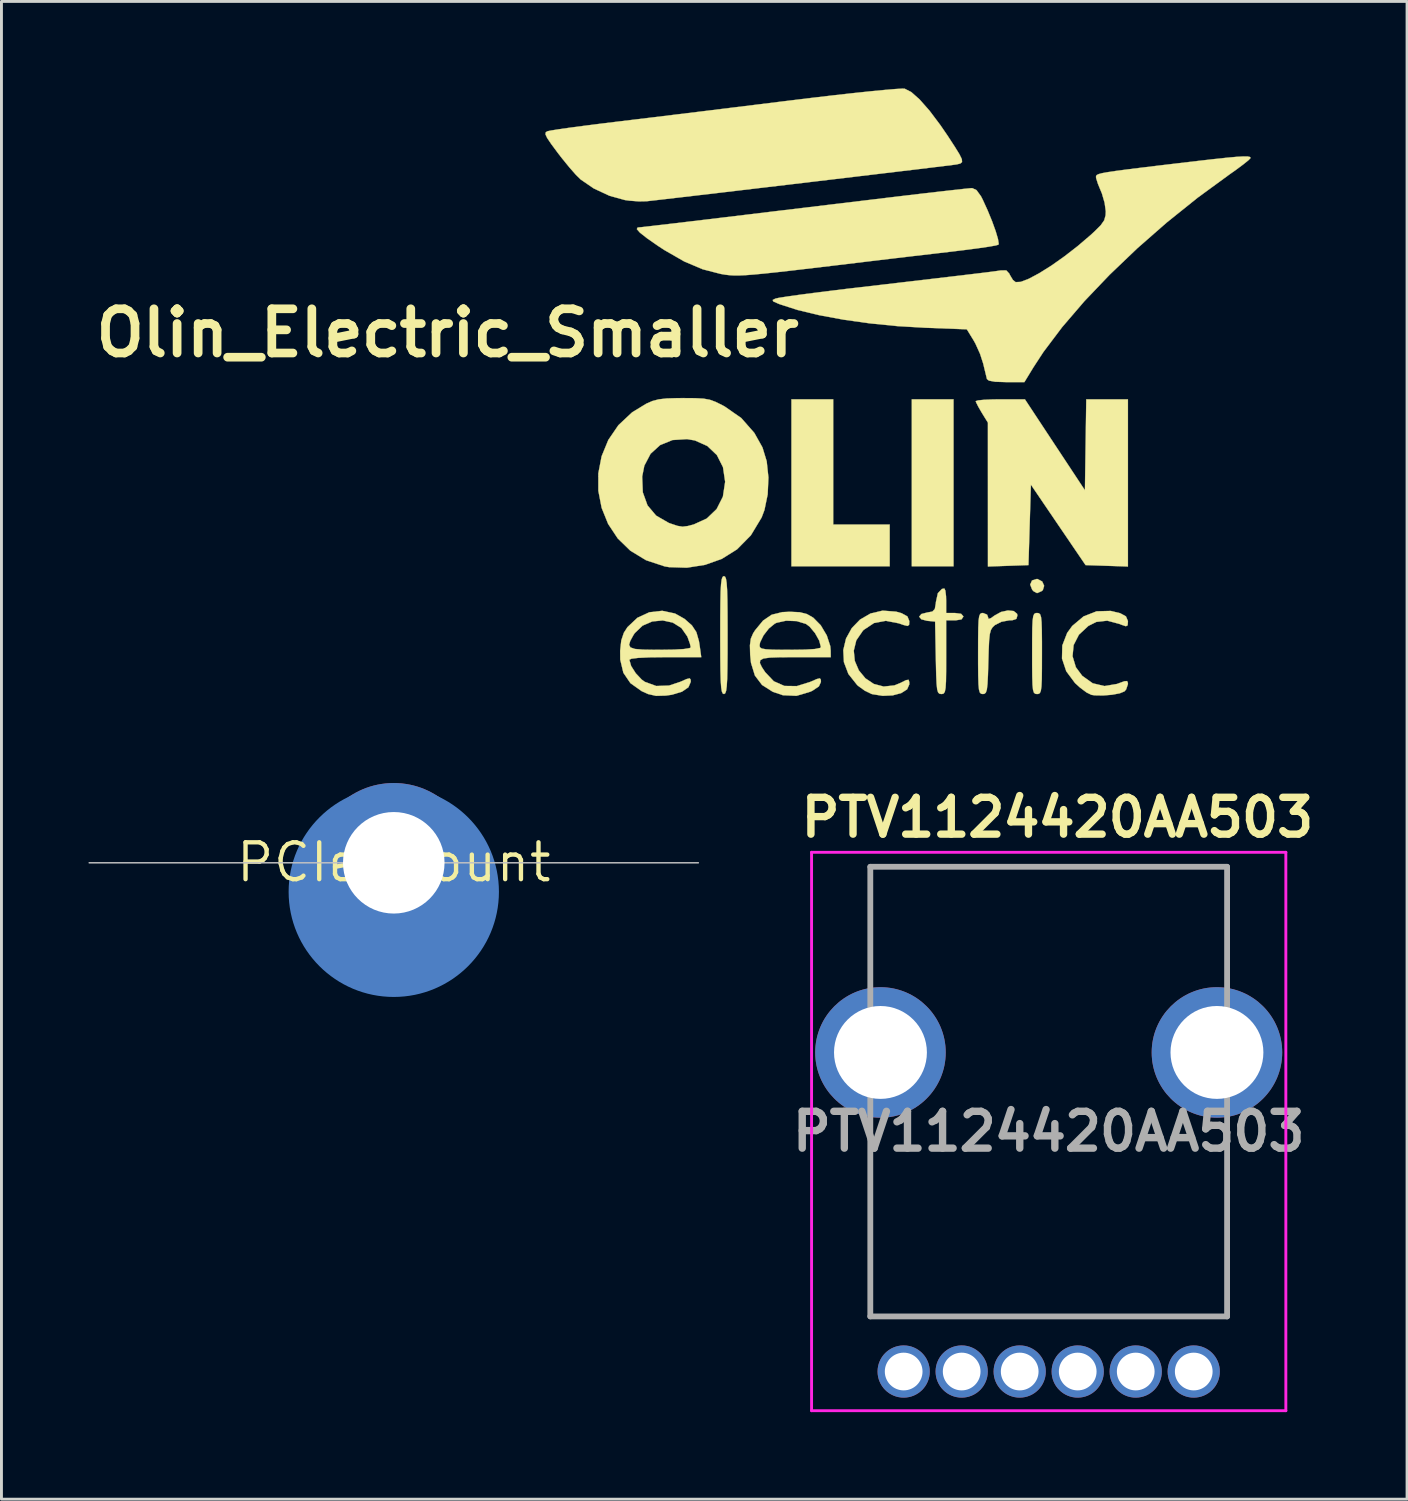
<source format=kicad_pcb>
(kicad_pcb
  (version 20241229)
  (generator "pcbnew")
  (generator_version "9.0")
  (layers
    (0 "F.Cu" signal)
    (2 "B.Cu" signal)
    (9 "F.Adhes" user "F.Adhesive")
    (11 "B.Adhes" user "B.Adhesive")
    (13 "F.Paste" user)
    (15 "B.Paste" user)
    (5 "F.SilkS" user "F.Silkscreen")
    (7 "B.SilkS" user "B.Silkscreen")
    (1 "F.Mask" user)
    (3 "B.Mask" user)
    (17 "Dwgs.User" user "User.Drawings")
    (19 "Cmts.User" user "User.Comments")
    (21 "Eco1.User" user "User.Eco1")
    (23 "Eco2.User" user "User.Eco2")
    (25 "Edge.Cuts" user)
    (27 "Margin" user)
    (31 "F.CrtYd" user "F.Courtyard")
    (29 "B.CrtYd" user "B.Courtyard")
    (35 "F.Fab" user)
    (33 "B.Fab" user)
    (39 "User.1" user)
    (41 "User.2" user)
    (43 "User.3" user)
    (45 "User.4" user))
  (footprint "PTV1124420AA503"
    (layer "F.Cu")
    (at 30.103 44.232)
    (property "Reference" "PTV1124420AA503" (at 3.3 -19.1 0) (layer "F.SilkS") (effects (font (size 1.27 1.27) (thickness 0.254))))
    (attr through_hole)
    (fp_line (start -3.15 -17.4) (end 9.15 -17.4) (stroke (width 0.1) (type solid)) (layer "F.SilkS"))
    (fp_line (start -3.15 -13.4) (end -3.15 -17.4) (stroke (width 0.1) (type solid)) (layer "F.SilkS"))
    (fp_line (start -3.15 -8.4) (end -3.15 -1.9) (stroke (width 0.1) (type solid)) (layer "F.SilkS"))
    (fp_line (start -3.15 -1.9) (end 9.15 -1.9) (stroke (width 0.1) (type solid)) (layer "F.SilkS"))
    (fp_line (start 9.15 -17.4) (end 9.15 -13.4) (stroke (width 0.1) (type solid)) (layer "F.SilkS"))
    (fp_line (start 9.15 -1.9) (end 9.15 -8.4) (stroke (width 0.1) (type solid)) (layer "F.SilkS"))
    (fp_line (start -5.175 -17.9) (end 11.175 -17.9) (stroke (width 0.1) (type solid)) (layer "F.CrtYd"))
    (fp_line (start -5.175 1.35) (end -5.175 -17.9) (stroke (width 0.1) (type solid)) (layer "F.CrtYd"))
    (fp_line (start 11.175 -17.9) (end 11.175 1.35) (stroke (width 0.1) (type solid)) (layer "F.CrtYd"))
    (fp_line (start 11.175 1.35) (end -5.175 1.35) (stroke (width 0.1) (type solid)) (layer "F.CrtYd"))
    (fp_line (start -3.15 -17.4) (end 9.15 -17.4) (stroke (width 0.2) (type solid)) (layer "F.Fab"))
    (fp_line (start -3.15 -1.9) (end -3.15 -17.4) (stroke (width 0.2) (type solid)) (layer "F.Fab"))
    (fp_line (start 9.15 -17.4) (end 9.15 -1.9) (stroke (width 0.2) (type solid)) (layer "F.Fab"))
    (fp_line (start 9.15 -1.9) (end -3.15 -1.9) (stroke (width 0.2) (type solid)) (layer "F.Fab"))
    (fp_text user "${REFERENCE}" (at 3 -8.275 0) (layer "F.Fab") (effects (font (size 1.27 1.27) (thickness 0.254))))
    (pad "A1" thru_hole circle (at 0 0) (size 1.8 1.8) (drill 1.3) (layers "*.Cu" "*.Mask"))
    (pad "A2" thru_hole circle (at -2 0) (size 1.8 1.8) (drill 1.3) (layers "*.Cu" "*.Mask"))
    (pad "A3" thru_hole circle (at 8 0) (size 1.8 1.8) (drill 1.3) (layers "*.Cu" "*.Mask"))
    (pad "B1" thru_hole circle (at 2 0) (size 1.8 1.8) (drill 1.3) (layers "*.Cu" "*.Mask"))
    (pad "B2" thru_hole circle (at 4 0) (size 1.8 1.8) (drill 1.3) (layers "*.Cu" "*.Mask"))
    (pad "B3" thru_hole circle (at 6 0) (size 1.8 1.8) (drill 1.3) (layers "*.Cu" "*.Mask"))
    (pad "MH1" thru_hole circle (at -2.8 -11) (size 4.5 4.5) (drill 3.202) (layers "*.Cu" "*.Mask"))
    (pad "MH2" thru_hole circle (at 8.8 -11) (size 4.5 4.5) (drill 3.202) (layers "*.Cu" "*.Mask")))
  (footprint "PCIe_Mount"
    (layer "F.Cu")
    (at 10.525 26.678)
    (property "Reference" "PCIe_Mount" (at 0 0 0) (layer "F.SilkS") (effects (font (size 1.27 1.27) (thickness 0.15))))
    (attr through_hole exclude_from_bom)
    (fp_line (start 10.5 0.016) (end -10.5 0.016) (stroke (width 0.05) (type solid)) (layer "Dwgs.User"))
    (pad "1" thru_hole circle (at 0 0.016) (size 5.5 5.5) (drill 3.5) (layers "*.Cu" "*.Mask"))
    (pad "1" smd circle (at 0 1.016) (size 7.25 7.25) (layers "B.Cu" "B.Mask")))
  (footprint "Olin_Electric_Smaller"
    (layer "F.Cu")
    (at 27.875 10.462)
    (property "Reference" "Olin_Electric_Smaller" (at -15.494 -2.032 0) (layer "F.SilkS") (effects (font (size 1.524 1.524) (thickness 0.3))))
    (attr through_hole)
    (fp_poly (pts (xy 1.947 6.011) (xy 0.508 6.011) (xy 0.508 0.254) (xy 1.947 0.254) (xy 1.947 6.011)) (stroke (width 0.01) (type solid)) (fill yes) (layer "F.SilkS"))
    (fp_poly (pts (xy -2.201 4.572) (xy -0.254 4.572) (xy -0.254 6.011) (xy -3.641 6.011) (xy -3.641 0.254) (xy -2.201 0.254) (xy -2.201 4.572)) (stroke (width 0.01) (type solid)) (fill yes) (layer "F.SilkS"))
    (fp_poly (pts (xy 4.846 6.45) (xy 5.004 6.534) (xy 5.071 6.683) (xy 5.026 6.831) (xy 4.982 6.868) (xy 4.826 6.935) (xy 4.707 6.872) (xy 4.658 6.817) (xy 4.589 6.641) (xy 4.652 6.499) (xy 4.819 6.447) (xy 4.846 6.45)) (stroke (width 0.01) (type solid)) (fill yes) (layer "F.SilkS"))
    (fp_poly (pts (xy 5.442 1.822) (xy 6.477 3.39) (xy 6.5 1.822) (xy 6.523 0.254) (xy 7.959 0.254) (xy 7.959 6.018) (xy 6.499 5.969) (xy 5.556 4.583) (xy 4.614 3.196) (xy 4.572 4.583) (xy 4.53 5.969) (xy 3.133 6.018) (xy 3.132 1.058) (xy 2.923 0.72) (xy 2.799 0.506) (xy 2.723 0.353) (xy 2.712 0.318) (xy 2.79 0.291) (xy 3.001 0.27) (xy 3.31 0.257) (xy 3.559 0.254) (xy 4.408 0.254) (xy 5.442 1.822)) (stroke (width 0.01) (type solid)) (fill yes) (layer "F.SilkS"))
    (fp_poly (pts (xy 4.888 7.628) (xy 4.933 7.667) (xy 4.964 7.761) (xy 4.982 7.936) (xy 4.991 8.213) (xy 4.995 8.618) (xy 4.995 9.017) (xy 4.994 9.533) (xy 4.99 9.903) (xy 4.978 10.152) (xy 4.957 10.303) (xy 4.923 10.381) (xy 4.874 10.41) (xy 4.826 10.414) (xy 4.764 10.406) (xy 4.719 10.367) (xy 4.688 10.273) (xy 4.67 10.098) (xy 4.661 9.821) (xy 4.657 9.416) (xy 4.657 9.017) (xy 4.658 8.501) (xy 4.662 8.131) (xy 4.674 7.882) (xy 4.695 7.731) (xy 4.729 7.653) (xy 4.778 7.624) (xy 4.826 7.62) (xy 4.888 7.628)) (stroke (width 0.01) (type solid)) (fill yes) (layer "F.SilkS"))
    (fp_poly (pts (xy -5.929 6.369) (xy -5.898 6.44) (xy -5.875 6.582) (xy -5.859 6.813) (xy -5.849 7.152) (xy -5.844 7.619) (xy -5.842 8.232) (xy -5.842 8.382) (xy -5.843 9.028) (xy -5.848 9.524) (xy -5.856 9.889) (xy -5.871 10.141) (xy -5.892 10.3) (xy -5.921 10.384) (xy -5.96 10.413) (xy -5.969 10.414) (xy -6.009 10.395) (xy -6.04 10.324) (xy -6.063 10.182) (xy -6.079 9.951) (xy -6.089 9.612) (xy -6.094 9.145) (xy -6.096 8.532) (xy -6.096 8.382) (xy -6.095 7.736) (xy -6.09 7.24) (xy -6.082 6.875) (xy -6.067 6.623) (xy -6.046 6.464) (xy -6.017 6.38) (xy -5.978 6.351) (xy -5.969 6.35) (xy -5.929 6.369)) (stroke (width 0.01) (type solid)) (fill yes) (layer "F.SilkS"))
    (fp_poly (pts (xy 1.666 6.85) (xy 1.689 7.044) (xy 1.693 7.197) (xy 1.693 7.62) (xy 1.99 7.62) (xy 2.209 7.648) (xy 2.285 7.735) (xy 2.286 7.747) (xy 2.222 7.841) (xy 2.017 7.874) (xy 1.99 7.874) (xy 1.693 7.874) (xy 1.693 9.144) (xy 1.692 9.632) (xy 1.687 9.976) (xy 1.673 10.201) (xy 1.648 10.332) (xy 1.609 10.395) (xy 1.553 10.413) (xy 1.526 10.414) (xy 1.461 10.404) (xy 1.415 10.359) (xy 1.383 10.252) (xy 1.363 10.059) (xy 1.349 9.753) (xy 1.339 9.311) (xy 1.336 9.165) (xy 1.312 7.916) (xy 1.037 7.89) (xy 0.837 7.838) (xy 0.762 7.747) (xy 0.839 7.655) (xy 1.037 7.604) (xy 1.216 7.571) (xy 1.301 7.484) (xy 1.336 7.29) (xy 1.34 7.24) (xy 1.406 6.939) (xy 1.545 6.792) (xy 1.63 6.775) (xy 1.666 6.85)) (stroke (width 0.01) (type solid)) (fill yes) (layer "F.SilkS"))
    (fp_poly (pts (xy 4.021 7.553) (xy 4.137 7.647) (xy 4.149 7.705) (xy 4.114 7.823) (xy 3.981 7.869) (xy 3.862 7.874) (xy 3.597 7.923) (xy 3.375 8.036) (xy 3.293 8.112) (xy 3.236 8.205) (xy 3.198 8.346) (xy 3.174 8.567) (xy 3.159 8.899) (xy 3.147 9.306) (xy 3.134 9.758) (xy 3.118 10.067) (xy 3.096 10.261) (xy 3.061 10.365) (xy 3.011 10.407) (xy 2.957 10.414) (xy 2.897 10.405) (xy 2.853 10.361) (xy 2.824 10.26) (xy 2.807 10.076) (xy 2.798 9.787) (xy 2.794 9.367) (xy 2.794 9.017) (xy 2.795 8.501) (xy 2.8 8.131) (xy 2.811 7.882) (xy 2.832 7.731) (xy 2.866 7.653) (xy 2.915 7.624) (xy 2.963 7.62) (xy 3.103 7.676) (xy 3.133 7.753) (xy 3.154 7.827) (xy 3.242 7.795) (xy 3.356 7.711) (xy 3.583 7.585) (xy 3.821 7.533) (xy 4.021 7.553)) (stroke (width 0.01) (type solid)) (fill yes) (layer "F.SilkS"))
    (fp_poly (pts (xy 7.692 7.628) (xy 7.891 7.737) (xy 7.958 7.895) (xy 7.959 7.92) (xy 7.949 8.046) (xy 7.889 8.077) (xy 7.734 8.025) (xy 7.665 7.997) (xy 7.246 7.885) (xy 6.87 7.928) (xy 6.595 8.066) (xy 6.27 8.368) (xy 6.087 8.726) (xy 6.05 9.111) (xy 6.164 9.49) (xy 6.384 9.787) (xy 6.746 10.044) (xy 7.15 10.139) (xy 7.58 10.067) (xy 7.626 10.05) (xy 7.835 9.974) (xy 7.931 9.967) (xy 7.958 10.031) (xy 7.959 10.072) (xy 7.897 10.256) (xy 7.841 10.322) (xy 7.678 10.389) (xy 7.41 10.439) (xy 7.101 10.464) (xy 6.815 10.459) (xy 6.7 10.442) (xy 6.534 10.361) (xy 6.31 10.194) (xy 6.135 10.035) (xy 5.833 9.629) (xy 5.686 9.189) (xy 5.697 8.74) (xy 5.865 8.306) (xy 6.039 8.067) (xy 6.431 7.737) (xy 6.88 7.562) (xy 7.366 7.549) (xy 7.692 7.628)) (stroke (width 0.01) (type solid)) (fill yes) (layer "F.SilkS"))
    (fp_poly (pts (xy -0.033 7.574) (xy 0.157 7.628) (xy 0.358 7.739) (xy 0.423 7.899) (xy 0.423 7.914) (xy 0.415 8.029) (xy 0.362 8.067) (xy 0.222 8.033) (xy 0.063 7.977) (xy -0.387 7.89) (xy -0.792 7.965) (xy -1.147 8.201) (xy -1.177 8.23) (xy -1.405 8.562) (xy -1.492 8.918) (xy -1.457 9.272) (xy -1.318 9.598) (xy -1.093 9.871) (xy -0.802 10.066) (xy -0.461 10.156) (xy -0.09 10.116) (xy 0.116 10.032) (xy 0.311 9.935) (xy 0.399 9.923) (xy 0.422 10.003) (xy 0.423 10.08) (xy 0.347 10.252) (xy 0.143 10.382) (xy -0.15 10.46) (xy -0.493 10.476) (xy -0.846 10.42) (xy -0.88 10.411) (xy -1.106 10.303) (xy -1.343 10.132) (xy -1.377 10.101) (xy -1.678 9.722) (xy -1.832 9.314) (xy -1.854 8.899) (xy -1.759 8.501) (xy -1.561 8.142) (xy -1.275 7.847) (xy -0.916 7.638) (xy -0.497 7.539) (xy -0.033 7.574)) (stroke (width 0.01) (type solid)) (fill yes) (layer "F.SilkS"))
    (fp_poly (pts (xy 2.739 -6.959) (xy 2.894 -6.745) (xy 2.953 -6.63) (xy 3.124 -6.256) (xy 3.277 -5.883) (xy 3.399 -5.545) (xy 3.479 -5.275) (xy 3.505 -5.109) (xy 3.494 -5.076) (xy 3.393 -5.048) (xy 3.151 -5.006) (xy 2.796 -4.954) (xy 2.355 -4.896) (xy 1.863 -4.836) (xy 1.228 -4.762) (xy 0.522 -4.68) (xy -0.187 -4.596) (xy -0.831 -4.519) (xy -1.101 -4.487) (xy -2.07 -4.37) (xy -2.887 -4.273) (xy -3.567 -4.193) (xy -4.124 -4.13) (xy -4.576 -4.082) (xy -4.936 -4.048) (xy -5.221 -4.026) (xy -5.446 -4.016) (xy -5.626 -4.016) (xy -5.776 -4.025) (xy -5.913 -4.041) (xy -6.052 -4.064) (xy -6.085 -4.07) (xy -6.701 -4.229) (xy -7.334 -4.497) (xy -8.017 -4.889) (xy -8.239 -5.034) (xy -8.624 -5.302) (xy -8.867 -5.494) (xy -8.971 -5.614) (xy -8.944 -5.668) (xy -8.901 -5.673) (xy -8.802 -5.682) (xy -8.555 -5.71) (xy -8.18 -5.754) (xy -7.697 -5.81) (xy -7.127 -5.878) (xy -6.489 -5.954) (xy -6.001 -6.013) (xy -5.144 -6.116) (xy -4.177 -6.233) (xy -3.157 -6.355) (xy -2.14 -6.478) (xy -1.181 -6.593) (xy -0.376 -6.69) (xy 0.3 -6.771) (xy 0.927 -6.845) (xy 1.485 -6.909) (xy 1.952 -6.962) (xy 2.306 -7.001) (xy 2.528 -7.023) (xy 2.591 -7.027) (xy 2.739 -6.959)) (stroke (width 0.01) (type solid)) (fill yes) (layer "F.SilkS"))
    (fp_poly (pts (xy -7.655 7.638) (xy -7.328 7.822) (xy -7.072 8.048) (xy -6.918 8.281) (xy -6.83 8.589) (xy -6.803 8.76) (xy -6.75 9.144) (xy -7.989 9.144) (xy -8.535 9.15) (xy -8.927 9.168) (xy -9.159 9.197) (xy -9.229 9.233) (xy -9.167 9.448) (xy -9.009 9.697) (xy -8.802 9.917) (xy -8.695 9.994) (xy -8.302 10.137) (xy -7.86 10.122) (xy -7.472 9.993) (xy -7.254 9.897) (xy -7.148 9.873) (xy -7.115 9.919) (xy -7.112 9.993) (xy -7.192 10.181) (xy -7.416 10.334) (xy -7.761 10.438) (xy -7.973 10.468) (xy -8.309 10.477) (xy -8.585 10.414) (xy -8.805 10.314) (xy -9.191 10.04) (xy -9.435 9.681) (xy -9.543 9.228) (xy -9.546 8.921) (xy -9.524 8.719) (xy -9.238 8.719) (xy -9.19 8.808) (xy -9.036 8.86) (xy -8.757 8.883) (xy -8.334 8.89) (xy -8.17 8.89) (xy -7.691 8.883) (xy -7.348 8.863) (xy -7.154 8.832) (xy -7.112 8.803) (xy -7.142 8.672) (xy -7.217 8.464) (xy -7.232 8.427) (xy -7.436 8.136) (xy -7.731 7.952) (xy -8.078 7.877) (xy -8.439 7.912) (xy -8.774 8.057) (xy -9.043 8.314) (xy -9.09 8.385) (xy -9.198 8.582) (xy -9.238 8.719) (xy -9.524 8.719) (xy -9.507 8.565) (xy -9.419 8.303) (xy -9.294 8.108) (xy -8.951 7.785) (xy -8.539 7.595) (xy -8.095 7.545) (xy -7.655 7.638)) (stroke (width 0.01) (type solid)) (fill yes) (layer "F.SilkS"))
    (fp_poly (pts (xy -6.96 0.215) (xy -6.673 0.23) (xy -6.455 0.269) (xy -6.256 0.342) (xy -6.024 0.457) (xy -5.941 0.502) (xy -5.37 0.9) (xy -4.92 1.412) (xy -4.64 1.912) (xy -4.494 2.389) (xy -4.434 2.95) (xy -4.46 3.531) (xy -4.571 4.069) (xy -4.669 4.328) (xy -5.039 4.942) (xy -5.516 5.426) (xy -6.042 5.755) (xy -6.618 5.96) (xy -7.247 6.059) (xy -7.856 6.04) (xy -8.014 6.013) (xy -8.654 5.801) (xy -9.194 5.473) (xy -9.63 5.049) (xy -9.961 4.549) (xy -10.184 3.996) (xy -10.298 3.408) (xy -10.298 2.918) (xy -8.787 2.918) (xy -8.765 3.46) (xy -8.603 3.91) (xy -8.306 4.263) (xy -7.877 4.511) (xy -7.82 4.533) (xy -7.569 4.617) (xy -7.394 4.645) (xy -7.213 4.622) (xy -7.009 4.568) (xy -6.56 4.363) (xy -6.22 4.037) (xy -6.004 3.61) (xy -5.927 3.103) (xy -5.927 3.09) (xy -6.001 2.593) (xy -6.211 2.177) (xy -6.54 1.864) (xy -6.969 1.672) (xy -7.241 1.626) (xy -7.742 1.658) (xy -8.168 1.832) (xy -8.497 2.131) (xy -8.712 2.541) (xy -8.787 2.918) (xy -10.298 2.918) (xy -10.299 2.809) (xy -10.185 2.217) (xy -9.954 1.655) (xy -9.604 1.143) (xy -9.132 0.702) (xy -8.642 0.403) (xy -8.433 0.312) (xy -8.216 0.255) (xy -7.944 0.224) (xy -7.571 0.213) (xy -7.366 0.212) (xy -6.96 0.215)) (stroke (width 0.01) (type solid)) (fill yes) (layer "F.SilkS"))
    (fp_poly (pts (xy -3.355 7.594) (xy -3.109 7.656) (xy -2.892 7.78) (xy -2.89 7.781) (xy -2.631 8.043) (xy -2.422 8.395) (xy -2.302 8.763) (xy -2.288 8.911) (xy -2.286 9.144) (xy -3.514 9.144) (xy -4.023 9.146) (xy -4.382 9.158) (xy -4.607 9.189) (xy -4.716 9.248) (xy -4.729 9.344) (xy -4.662 9.485) (xy -4.548 9.659) (xy -4.249 9.974) (xy -3.882 10.135) (xy -3.456 10.141) (xy -2.985 9.993) (xy -2.766 9.897) (xy -2.661 9.873) (xy -2.627 9.92) (xy -2.625 9.999) (xy -2.695 10.151) (xy -2.916 10.299) (xy -2.985 10.332) (xy -3.467 10.476) (xy -3.936 10.455) (xy -4.284 10.337) (xy -4.655 10.101) (xy -4.901 9.776) (xy -5.035 9.341) (xy -5.064 9.061) (xy -5.072 8.742) (xy -4.741 8.742) (xy -4.726 8.804) (xy -4.662 8.846) (xy -4.523 8.871) (xy -4.282 8.885) (xy -3.911 8.89) (xy -3.683 8.89) (xy -3.175 8.883) (xy -2.833 8.862) (xy -2.655 8.826) (xy -2.625 8.797) (xy -2.683 8.572) (xy -2.829 8.312) (xy -3.015 8.09) (xy -3.14 7.997) (xy -3.46 7.9) (xy -3.825 7.886) (xy -4.151 7.957) (xy -4.217 7.989) (xy -4.42 8.155) (xy -4.603 8.391) (xy -4.721 8.632) (xy -4.741 8.742) (xy -5.072 8.742) (xy -5.072 8.733) (xy -5.042 8.508) (xy -4.962 8.322) (xy -4.897 8.22) (xy -4.618 7.881) (xy -4.322 7.68) (xy -3.957 7.59) (xy -3.698 7.578) (xy -3.355 7.594)) (stroke (width 0.01) (type solid)) (fill yes) (layer "F.SilkS"))
    (fp_poly (pts (xy 0.263 -10.454) (xy 0.491 -10.338) (xy 0.779 -10.082) (xy 1.116 -9.7) (xy 1.488 -9.206) (xy 1.741 -8.837) (xy 1.989 -8.456) (xy 2.151 -8.194) (xy 2.233 -8.025) (xy 2.241 -7.927) (xy 2.182 -7.875) (xy 2.063 -7.846) (xy 2.018 -7.839) (xy 1.899 -7.823) (xy 1.629 -7.79) (xy 1.226 -7.741) (xy 0.709 -7.678) (xy 0.095 -7.605) (xy -0.598 -7.522) (xy -1.353 -7.432) (xy -2.151 -7.337) (xy -2.976 -7.239) (xy -3.808 -7.14) (xy -4.63 -7.043) (xy -5.425 -6.949) (xy -6.175 -6.86) (xy -6.861 -6.78) (xy -7.466 -6.709) (xy -7.973 -6.65) (xy -8.363 -6.605) (xy -8.619 -6.576) (xy -8.636 -6.574) (xy -8.898 -6.569) (xy -9.225 -6.594) (xy -9.379 -6.615) (xy -9.914 -6.763) (xy -10.455 -7.015) (xy -10.908 -7.325) (xy -11.075 -7.49) (xy -11.303 -7.75) (xy -11.556 -8.061) (xy -11.692 -8.237) (xy -11.924 -8.55) (xy -12.063 -8.757) (xy -12.121 -8.882) (xy -12.11 -8.952) (xy -12.053 -8.987) (xy -11.929 -9.013) (xy -11.661 -9.056) (xy -11.273 -9.111) (xy -10.789 -9.175) (xy -10.233 -9.246) (xy -9.694 -9.312) (xy -9.115 -9.382) (xy -8.4 -9.468) (xy -7.583 -9.568) (xy -6.696 -9.676) (xy -5.773 -9.79) (xy -4.846 -9.904) (xy -3.949 -10.015) (xy -3.735 -10.041) (xy -2.949 -10.137) (xy -2.207 -10.224) (xy -1.529 -10.3) (xy -0.932 -10.363) (xy -0.436 -10.411) (xy -0.058 -10.443) (xy 0.184 -10.457) (xy 0.263 -10.454)) (stroke (width 0.01) (type solid)) (fill yes) (layer "F.SilkS"))
    (fp_poly (pts (xy 12.087 -8.117) (xy 12.163 -8.101) (xy 12.188 -8.072) (xy 12.188 -8.065) (xy 12.12 -7.993) (xy 11.942 -7.849) (xy 11.683 -7.656) (xy 11.452 -7.493) (xy 10.363 -6.697) (xy 9.299 -5.843) (xy 8.281 -4.951) (xy 7.327 -4.039) (xy 6.457 -3.127) (xy 5.69 -2.233) (xy 5.045 -1.377) (xy 4.698 -0.845) (xy 4.39 -0.339) (xy 3.759 -0.339) (xy 3.385 -0.351) (xy 3.168 -0.39) (xy 3.099 -0.445) (xy 3.065 -0.584) (xy 3.007 -0.822) (xy 2.971 -0.974) (xy 2.861 -1.314) (xy 2.702 -1.666) (xy 2.639 -1.778) (xy 2.406 -2.159) (xy 0.97 -2.213) (xy 0.015 -2.269) (xy -0.935 -2.364) (xy -1.846 -2.492) (xy -2.689 -2.648) (xy -3.43 -2.826) (xy -4.038 -3.022) (xy -4.106 -3.049) (xy -4.269 -3.122) (xy -4.287 -3.171) (xy -4.191 -3.219) (xy -4.067 -3.246) (xy -3.797 -3.288) (xy -3.402 -3.344) (xy -2.905 -3.41) (xy -2.328 -3.482) (xy -1.692 -3.56) (xy -1.397 -3.594) (xy -0.37 -3.714) (xy 0.502 -3.816) (xy 1.232 -3.902) (xy 1.835 -3.973) (xy 2.322 -4.031) (xy 2.709 -4.077) (xy 3.007 -4.113) (xy 3.231 -4.141) (xy 3.394 -4.163) (xy 3.508 -4.179) (xy 3.58 -4.19) (xy 3.768 -4.189) (xy 3.871 -4.078) (xy 3.891 -4.032) (xy 3.995 -3.86) (xy 4.089 -3.786) (xy 4.266 -3.795) (xy 4.546 -3.903) (xy 4.904 -4.095) (xy 5.319 -4.355) (xy 5.766 -4.671) (xy 6.223 -5.025) (xy 6.667 -5.404) (xy 6.795 -5.521) (xy 7.02 -5.745) (xy 7.141 -5.917) (xy 7.189 -6.09) (xy 7.195 -6.229) (xy 7.156 -6.519) (xy 7.063 -6.84) (xy 7.025 -6.931) (xy 6.926 -7.172) (xy 6.866 -7.36) (xy 6.858 -7.41) (xy 6.863 -7.448) (xy 6.888 -7.48) (xy 6.95 -7.51) (xy 7.067 -7.542) (xy 7.255 -7.576) (xy 7.532 -7.618) (xy 7.914 -7.668) (xy 8.418 -7.731) (xy 9.061 -7.809) (xy 9.61 -7.874) (xy 10.346 -7.961) (xy 10.93 -8.028) (xy 11.38 -8.076) (xy 11.712 -8.106) (xy 11.942 -8.119) (xy 12.087 -8.117)) (stroke (width 0.01) (type solid)) (fill yes) (layer "F.SilkS")))
  (gr_rect
    (start -3 -3)
    (end 45.457 48.632)
    (stroke (width 0.1) (type default))
    (fill no)
    (layer "Edge.Cuts")))
</source>
